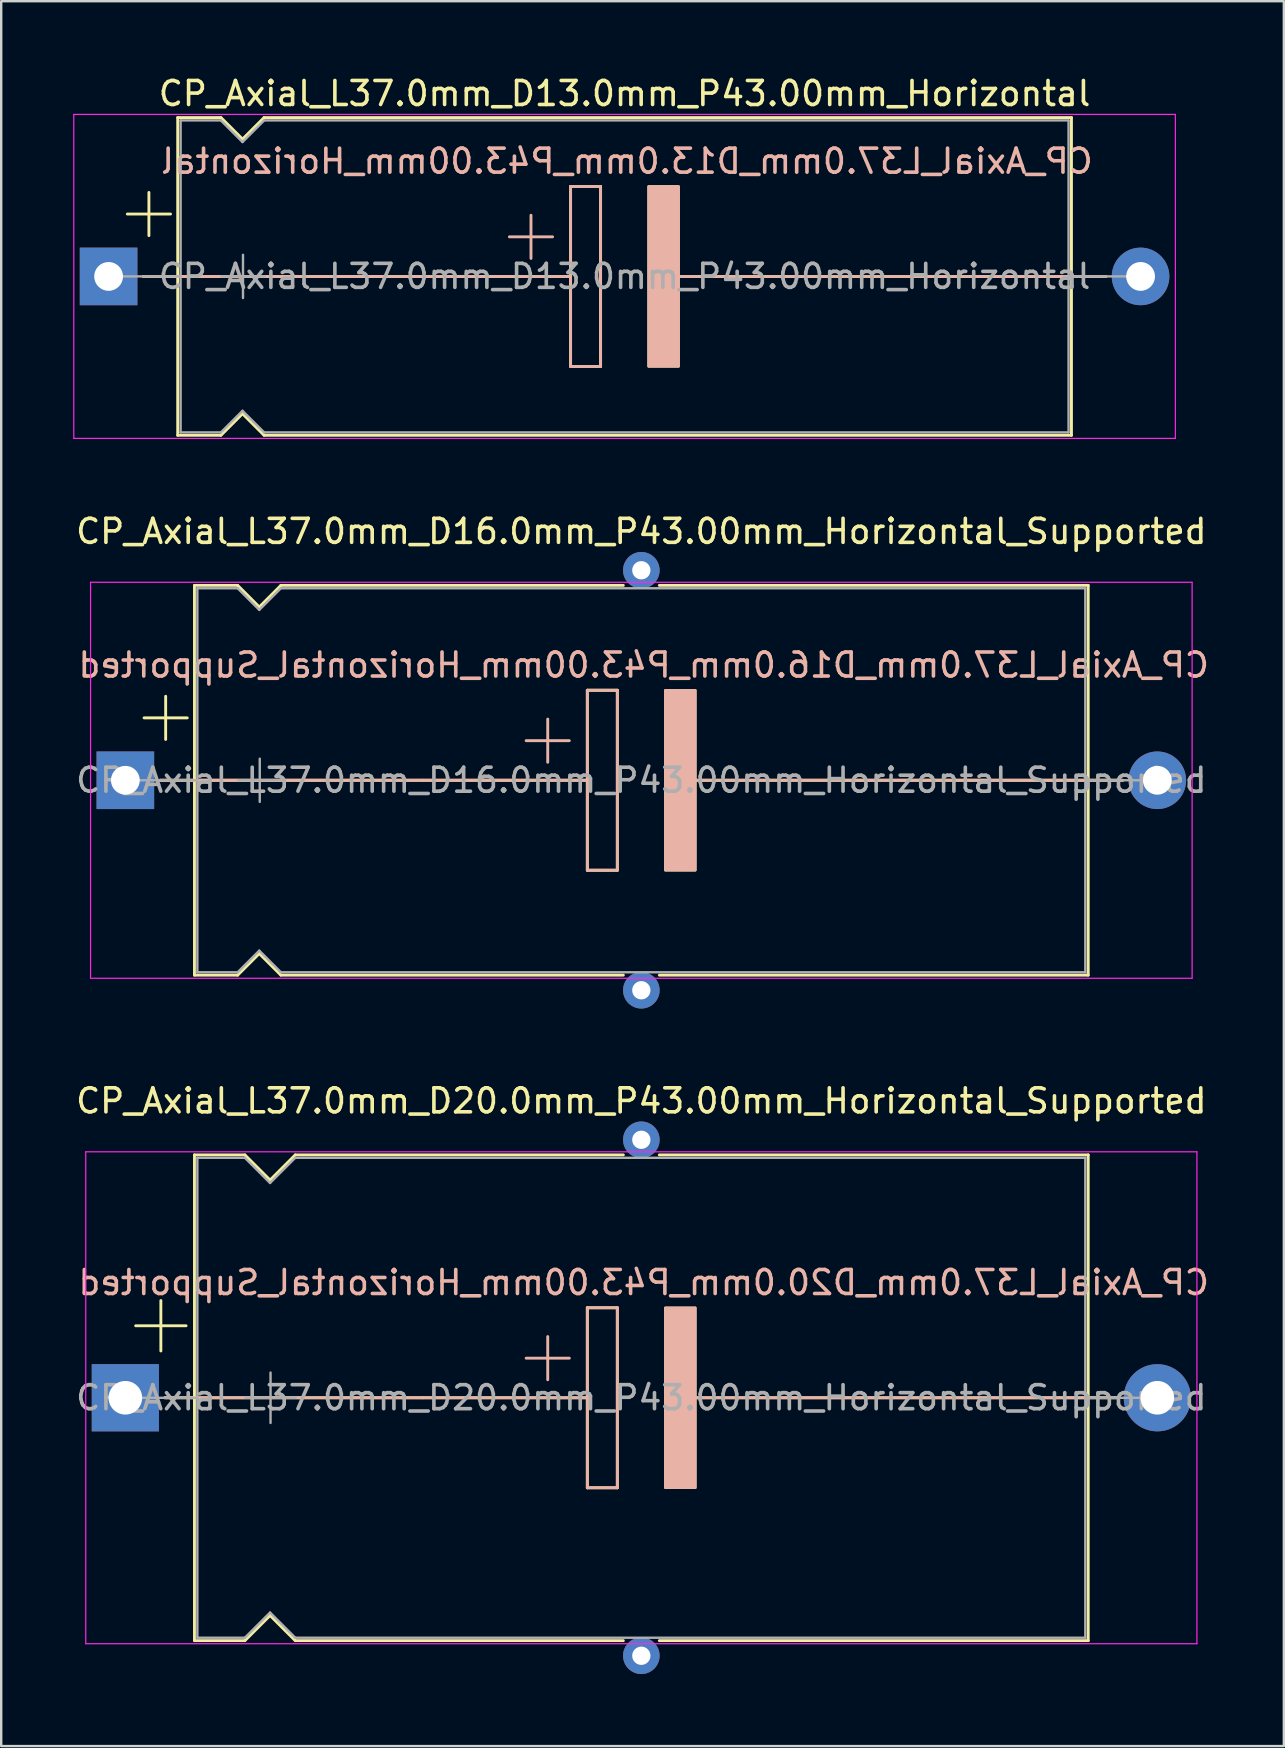
<source format=kicad_pcb>
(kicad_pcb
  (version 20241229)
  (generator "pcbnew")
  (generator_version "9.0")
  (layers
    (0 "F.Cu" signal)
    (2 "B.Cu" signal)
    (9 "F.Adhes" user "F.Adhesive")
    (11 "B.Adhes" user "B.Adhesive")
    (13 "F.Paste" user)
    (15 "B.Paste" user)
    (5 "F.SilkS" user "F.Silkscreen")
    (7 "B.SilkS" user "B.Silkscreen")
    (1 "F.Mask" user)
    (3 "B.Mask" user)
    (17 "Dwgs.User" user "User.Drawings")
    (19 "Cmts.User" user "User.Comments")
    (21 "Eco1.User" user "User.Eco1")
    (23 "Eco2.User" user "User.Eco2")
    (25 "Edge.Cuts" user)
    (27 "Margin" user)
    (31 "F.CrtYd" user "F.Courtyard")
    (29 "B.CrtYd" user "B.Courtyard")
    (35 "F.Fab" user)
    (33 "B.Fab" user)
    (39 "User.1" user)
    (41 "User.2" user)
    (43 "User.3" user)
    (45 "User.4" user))
  (footprint "CP_Axial_L37.0mm_D16.0mm_P43.00mm_Horizontal_Supported"
    (layer "F.Cu")
    (at 2.173 29.462)
    (property "Reference" "CP_Axial_L37.0mm_D16.0mm_P43.00mm_Horizontal_Supported" (at 21.5 -10.37 0) (layer "F.SilkS") (effects (font (size 1 1) (thickness 0.15))))
    (fp_line (start 0.78 -2.6) (end 2.58 -2.6) (stroke (width 0.12) (type solid)) (layer "F.SilkS"))
    (fp_line (start 1.44 0) (end 2.88 0) (stroke (width 0.12) (type solid)) (layer "F.SilkS"))
    (fp_line (start 1.68 -3.5) (end 1.68 -1.7) (stroke (width 0.12) (type solid)) (layer "F.SilkS"))
    (fp_line (start 2.88 -8.12) (end 2.88 8.12) (stroke (width 0.12) (type solid)) (layer "F.SilkS"))
    (fp_line (start 2.88 -8.12) (end 4.68 -8.12) (stroke (width 0.12) (type solid)) (layer "F.SilkS"))
    (fp_line (start 2.88 0) (end 19.25 0) (stroke (width 0.12) (type solid)) (layer "F.SilkS"))
    (fp_line (start 2.88 8.12) (end 4.68 8.12) (stroke (width 0.12) (type solid)) (layer "F.SilkS"))
    (fp_line (start 4.68 -8.12) (end 5.58 -7.22) (stroke (width 0.12) (type solid)) (layer "F.SilkS"))
    (fp_line (start 4.68 8.12) (end 5.58 7.22) (stroke (width 0.12) (type solid)) (layer "F.SilkS"))
    (fp_line (start 5.58 -7.22) (end 6.48 -8.12) (stroke (width 0.12) (type solid)) (layer "F.SilkS"))
    (fp_line (start 5.58 7.22) (end 6.48 8.12) (stroke (width 0.12) (type solid)) (layer "F.SilkS"))
    (fp_line (start 6.48 -8.12) (end 20.75 -8.12) (stroke (width 0.12) (type solid)) (layer "F.SilkS"))
    (fp_line (start 6.48 8.12) (end 20.75 8.12) (stroke (width 0.12) (type solid)) (layer "F.SilkS"))
    (fp_line (start 19.25 -3.75) (end 20.5 -3.75) (stroke (width 0.12) (type solid)) (layer "F.SilkS"))
    (fp_line (start 19.25 0) (end 19.25 -3.75) (stroke (width 0.12) (type solid)) (layer "F.SilkS"))
    (fp_line (start 19.25 3.75) (end 19.25 0) (stroke (width 0.12) (type solid)) (layer "F.SilkS"))
    (fp_line (start 20.5 -3.75) (end 20.5 3.75) (stroke (width 0.12) (type solid)) (layer "F.SilkS"))
    (fp_line (start 20.5 3.75) (end 19.25 3.75) (stroke (width 0.12) (type solid)) (layer "F.SilkS"))
    (fp_line (start 22.25 -8.12) (end 40.12 -8.12) (stroke (width 0.12) (type solid)) (layer "F.SilkS"))
    (fp_line (start 22.25 8.12) (end 40.12 8.12) (stroke (width 0.12) (type solid)) (layer "F.SilkS"))
    (fp_line (start 23.75 0) (end 40.12 0) (stroke (width 0.12) (type solid)) (layer "F.SilkS"))
    (fp_line (start 40.12 -8.12) (end 40.12 8.12) (stroke (width 0.12) (type solid)) (layer "F.SilkS"))
    (fp_line (start 41.56 0) (end 40.12 0) (stroke (width 0.12) (type solid)) (layer "F.SilkS"))
    (fp_poly (pts (xy 23.75 3.75) (xy 22.5 3.75) (xy 22.5 -3.75) (xy 23.75 -3.75)) (stroke (width 0.1) (type solid)) (fill yes) (layer "F.SilkS"))
    (fp_line (start 1.45 0) (end 12.38 0) (stroke (width 0.12) (type solid)) (layer "B.SilkS"))
    (fp_line (start 12.38 0) (end 19.25 0) (stroke (width 0.12) (type solid)) (layer "B.SilkS"))
    (fp_line (start 17.6 -2.55) (end 17.6 -0.75) (stroke (width 0.12) (type solid)) (layer "B.SilkS"))
    (fp_line (start 18.5 -1.65) (end 16.7 -1.65) (stroke (width 0.12) (type solid)) (layer "B.SilkS"))
    (fp_line (start 19.25 -3.75) (end 20.5 -3.75) (stroke (width 0.12) (type solid)) (layer "B.SilkS"))
    (fp_line (start 19.25 0) (end 19.25 -3.75) (stroke (width 0.12) (type solid)) (layer "B.SilkS"))
    (fp_line (start 19.25 3.75) (end 19.25 0) (stroke (width 0.12) (type solid)) (layer "B.SilkS"))
    (fp_line (start 20.5 -3.75) (end 20.5 3.75) (stroke (width 0.12) (type solid)) (layer "B.SilkS"))
    (fp_line (start 20.5 3.75) (end 19.25 3.75) (stroke (width 0.12) (type solid)) (layer "B.SilkS"))
    (fp_line (start 23.75 0) (end 30.62 0) (stroke (width 0.12) (type solid)) (layer "B.SilkS"))
    (fp_line (start 41.55 0) (end 30.62 0) (stroke (width 0.12) (type solid)) (layer "B.SilkS"))
    (fp_poly (pts (xy 23.75 3.75) (xy 22.5 3.75) (xy 22.5 -3.75) (xy 23.75 -3.75)) (stroke (width 0.1) (type solid)) (fill yes) (layer "B.SilkS"))
    (fp_line (start -1.45 -8.25) (end -1.45 8.25) (stroke (width 0.05) (type solid)) (layer "F.CrtYd"))
    (fp_line (start -1.45 8.25) (end 44.45 8.25) (stroke (width 0.05) (type solid)) (layer "F.CrtYd"))
    (fp_line (start 44.45 -8.25) (end -1.45 -8.25) (stroke (width 0.05) (type solid)) (layer "F.CrtYd"))
    (fp_line (start 44.45 8.25) (end 44.45 -8.25) (stroke (width 0.05) (type solid)) (layer "F.CrtYd"))
    (fp_line (start 0 0) (end 3 0) (stroke (width 0.1) (type solid)) (layer "F.Fab"))
    (fp_line (start 3 -8) (end 3 8) (stroke (width 0.1) (type solid)) (layer "F.Fab"))
    (fp_line (start 3 -8) (end 4.68 -8) (stroke (width 0.1) (type solid)) (layer "F.Fab"))
    (fp_line (start 3 8) (end 4.68 8) (stroke (width 0.1) (type solid)) (layer "F.Fab"))
    (fp_line (start 4.68 -8) (end 5.58 -7.1) (stroke (width 0.1) (type solid)) (layer "F.Fab"))
    (fp_line (start 4.68 8) (end 5.58 7.1) (stroke (width 0.1) (type solid)) (layer "F.Fab"))
    (fp_line (start 4.7 0) (end 6.5 0) (stroke (width 0.1) (type solid)) (layer "F.Fab"))
    (fp_line (start 5.58 -7.1) (end 6.48 -8) (stroke (width 0.1) (type solid)) (layer "F.Fab"))
    (fp_line (start 5.58 7.1) (end 6.48 8) (stroke (width 0.1) (type solid)) (layer "F.Fab"))
    (fp_line (start 5.6 -0.9) (end 5.6 0.9) (stroke (width 0.1) (type solid)) (layer "F.Fab"))
    (fp_line (start 6.48 -8) (end 40 -8) (stroke (width 0.1) (type solid)) (layer "F.Fab"))
    (fp_line (start 6.48 8) (end 40 8) (stroke (width 0.1) (type solid)) (layer "F.Fab"))
    (fp_line (start 40 -8) (end 40 8) (stroke (width 0.1) (type solid)) (layer "F.Fab"))
    (fp_line (start 43 0) (end 40 0) (stroke (width 0.1) (type solid)) (layer "F.Fab"))
    (fp_text user "${REFERENCE}" (at 21.6 -4.8 0) (layer "B.SilkS") (effects (font (size 1 1) (thickness 0.15)) (justify mirror)))
    (fp_text user "${REFERENCE}" (at 21.5 0 0) (layer "F.Fab") (effects (font (size 1 1) (thickness 0.15))))
    (pad "" thru_hole circle (at 21.5 -8.75) (size 1.524 1.524) (drill 0.762) (layers "*.Cu" "*.Mask"))
    (pad "" thru_hole circle (at 21.5 8.75) (size 1.524 1.524) (drill 0.762) (layers "*.Cu" "*.Mask"))
    (pad "1" thru_hole rect (at 0 0) (size 2.4 2.4) (drill 1.2) (layers "*.Cu" "*.Mask"))
    (pad "2" thru_hole oval (at 43 0) (size 2.4 2.4) (drill 1.2) (layers "*.Cu" "*.Mask")))
  (footprint "CP_Axial_L37.0mm_D20.0mm_P43.00mm_Horizontal_Supported"
    (layer "F.Cu")
    (at 2.173 55.192)
    (property "Reference" "CP_Axial_L37.0mm_D20.0mm_P43.00mm_Horizontal_Supported" (at 21.5 -12.37 0) (layer "F.SilkS") (effects (font (size 1 1) (thickness 0.15))))
    (fp_line (start 0.43 -3) (end 2.53 -3) (stroke (width 0.12) (type solid)) (layer "F.SilkS"))
    (fp_line (start 1.48 -4.05) (end 1.48 -1.95) (stroke (width 0.12) (type solid)) (layer "F.SilkS"))
    (fp_line (start 1.64 0) (end 2.88 0) (stroke (width 0.12) (type solid)) (layer "F.SilkS"))
    (fp_line (start 2.88 -10.12) (end 2.88 10.12) (stroke (width 0.12) (type solid)) (layer "F.SilkS"))
    (fp_line (start 2.88 -10.12) (end 4.98 -10.12) (stroke (width 0.12) (type solid)) (layer "F.SilkS"))
    (fp_line (start 2.88 0) (end 19.25 0) (stroke (width 0.12) (type solid)) (layer "F.SilkS"))
    (fp_line (start 2.88 10.12) (end 4.98 10.12) (stroke (width 0.12) (type solid)) (layer "F.SilkS"))
    (fp_line (start 4.98 -10.12) (end 6.03 -9.07) (stroke (width 0.12) (type solid)) (layer "F.SilkS"))
    (fp_line (start 4.98 10.12) (end 6.03 9.07) (stroke (width 0.12) (type solid)) (layer "F.SilkS"))
    (fp_line (start 6.03 -9.07) (end 7.08 -10.12) (stroke (width 0.12) (type solid)) (layer "F.SilkS"))
    (fp_line (start 6.03 9.07) (end 7.08 10.12) (stroke (width 0.12) (type solid)) (layer "F.SilkS"))
    (fp_line (start 7.08 -10.12) (end 20.75 -10.12) (stroke (width 0.12) (type solid)) (layer "F.SilkS"))
    (fp_line (start 7.08 10.12) (end 20.75 10.12) (stroke (width 0.12) (type solid)) (layer "F.SilkS"))
    (fp_line (start 19.25 -3.75) (end 20.5 -3.75) (stroke (width 0.12) (type solid)) (layer "F.SilkS"))
    (fp_line (start 19.25 0) (end 19.25 -3.75) (stroke (width 0.12) (type solid)) (layer "F.SilkS"))
    (fp_line (start 19.25 3.75) (end 19.25 0) (stroke (width 0.12) (type solid)) (layer "F.SilkS"))
    (fp_line (start 20.5 -3.75) (end 20.5 3.75) (stroke (width 0.12) (type solid)) (layer "F.SilkS"))
    (fp_line (start 20.5 3.75) (end 19.25 3.75) (stroke (width 0.12) (type solid)) (layer "F.SilkS"))
    (fp_line (start 22.25 -10.12) (end 40.12 -10.12) (stroke (width 0.12) (type solid)) (layer "F.SilkS"))
    (fp_line (start 22.25 10.12) (end 40.12 10.12) (stroke (width 0.12) (type solid)) (layer "F.SilkS"))
    (fp_line (start 23.75 0) (end 40.12 0) (stroke (width 0.12) (type solid)) (layer "F.SilkS"))
    (fp_line (start 40.12 -10.12) (end 40.12 10.12) (stroke (width 0.12) (type solid)) (layer "F.SilkS"))
    (fp_line (start 41.36 0) (end 40.12 0) (stroke (width 0.12) (type solid)) (layer "F.SilkS"))
    (fp_poly (pts (xy 23.75 3.75) (xy 22.5 3.75) (xy 22.5 -3.75) (xy 23.75 -3.75)) (stroke (width 0.1) (type solid)) (fill yes) (layer "F.SilkS"))
    (fp_line (start 1.65 0) (end 12.38 0) (stroke (width 0.12) (type solid)) (layer "B.SilkS"))
    (fp_line (start 12.38 0) (end 19.25 0) (stroke (width 0.12) (type solid)) (layer "B.SilkS"))
    (fp_line (start 17.6 -2.55) (end 17.6 -0.75) (stroke (width 0.12) (type solid)) (layer "B.SilkS"))
    (fp_line (start 18.5 -1.65) (end 16.7 -1.65) (stroke (width 0.12) (type solid)) (layer "B.SilkS"))
    (fp_line (start 19.25 -3.75) (end 20.5 -3.75) (stroke (width 0.12) (type solid)) (layer "B.SilkS"))
    (fp_line (start 19.25 0) (end 19.25 -3.75) (stroke (width 0.12) (type solid)) (layer "B.SilkS"))
    (fp_line (start 19.25 3.75) (end 19.25 0) (stroke (width 0.12) (type solid)) (layer "B.SilkS"))
    (fp_line (start 20.5 -3.75) (end 20.5 3.75) (stroke (width 0.12) (type solid)) (layer "B.SilkS"))
    (fp_line (start 20.5 3.75) (end 19.25 3.75) (stroke (width 0.12) (type solid)) (layer "B.SilkS"))
    (fp_line (start 23.75 0) (end 30.62 0) (stroke (width 0.12) (type solid)) (layer "B.SilkS"))
    (fp_line (start 41.35 0) (end 30.62 0) (stroke (width 0.12) (type solid)) (layer "B.SilkS"))
    (fp_poly (pts (xy 23.75 3.75) (xy 22.5 3.75) (xy 22.5 -3.75) (xy 23.75 -3.75)) (stroke (width 0.1) (type solid)) (fill yes) (layer "B.SilkS"))
    (fp_line (start -1.65 -10.25) (end -1.65 10.25) (stroke (width 0.05) (type solid)) (layer "F.CrtYd"))
    (fp_line (start -1.65 10.25) (end 44.65 10.25) (stroke (width 0.05) (type solid)) (layer "F.CrtYd"))
    (fp_line (start 44.65 -10.25) (end -1.65 -10.25) (stroke (width 0.05) (type solid)) (layer "F.CrtYd"))
    (fp_line (start 44.65 10.25) (end 44.65 -10.25) (stroke (width 0.05) (type solid)) (layer "F.CrtYd"))
    (fp_line (start 0 0) (end 3 0) (stroke (width 0.1) (type solid)) (layer "F.Fab"))
    (fp_line (start 3 -10) (end 3 10) (stroke (width 0.1) (type solid)) (layer "F.Fab"))
    (fp_line (start 3 -10) (end 4.98 -10) (stroke (width 0.1) (type solid)) (layer "F.Fab"))
    (fp_line (start 3 10) (end 4.98 10) (stroke (width 0.1) (type solid)) (layer "F.Fab"))
    (fp_line (start 4.98 -10) (end 6.03 -8.95) (stroke (width 0.1) (type solid)) (layer "F.Fab"))
    (fp_line (start 4.98 10) (end 6.03 8.95) (stroke (width 0.1) (type solid)) (layer "F.Fab"))
    (fp_line (start 5 0) (end 7.1 0) (stroke (width 0.1) (type solid)) (layer "F.Fab"))
    (fp_line (start 6.03 -8.95) (end 7.08 -10) (stroke (width 0.1) (type solid)) (layer "F.Fab"))
    (fp_line (start 6.03 8.95) (end 7.08 10) (stroke (width 0.1) (type solid)) (layer "F.Fab"))
    (fp_line (start 6.05 -1.05) (end 6.05 1.05) (stroke (width 0.1) (type solid)) (layer "F.Fab"))
    (fp_line (start 7.08 -10) (end 40 -10) (stroke (width 0.1) (type solid)) (layer "F.Fab"))
    (fp_line (start 7.08 10) (end 40 10) (stroke (width 0.1) (type solid)) (layer "F.Fab"))
    (fp_line (start 40 -10) (end 40 10) (stroke (width 0.1) (type solid)) (layer "F.Fab"))
    (fp_line (start 43 0) (end 40 0) (stroke (width 0.1) (type solid)) (layer "F.Fab"))
    (fp_text user "${REFERENCE}" (at 21.6 -4.8 0) (layer "B.SilkS") (effects (font (size 1 1) (thickness 0.15)) (justify mirror)))
    (fp_text user "${REFERENCE}" (at 21.5 0 0) (layer "F.Fab") (effects (font (size 1 1) (thickness 0.15))))
    (pad "" thru_hole circle (at 21.5 -10.75) (size 1.524 1.524) (drill 0.762) (layers "*.Cu" "*.Mask"))
    (pad "" thru_hole circle (at 21.5 10.75) (size 1.524 1.524) (drill 0.762) (layers "*.Cu" "*.Mask"))
    (pad "1" thru_hole rect (at 0 0) (size 2.8 2.8) (drill 1.4) (layers "*.Cu" "*.Mask"))
    (pad "2" thru_hole oval (at 43 0) (size 2.8 2.8) (drill 1.4) (layers "*.Cu" "*.Mask")))
  (footprint "CP_Axial_L37.0mm_D13.0mm_P43.00mm_Horizontal"
    (layer "F.Cu")
    (at 1.475 8.468)
    (property "Reference" "CP_Axial_L37.0mm_D13.0mm_P43.00mm_Horizontal" (at 21.5 -7.62 0) (layer "F.SilkS") (effects (font (size 1 1) (thickness 0.15))))
    (fp_line (start 0.78 -2.6) (end 2.58 -2.6) (stroke (width 0.12) (type solid)) (layer "F.SilkS"))
    (fp_line (start 1.44 0) (end 2.88 0) (stroke (width 0.12) (type solid)) (layer "F.SilkS"))
    (fp_line (start 1.68 -3.5) (end 1.68 -1.7) (stroke (width 0.12) (type solid)) (layer "F.SilkS"))
    (fp_line (start 2.88 -6.62) (end 2.88 6.62) (stroke (width 0.12) (type solid)) (layer "F.SilkS"))
    (fp_line (start 2.88 -6.62) (end 4.68 -6.62) (stroke (width 0.12) (type solid)) (layer "F.SilkS"))
    (fp_line (start 2.88 0) (end 19.25 0) (stroke (width 0.12) (type solid)) (layer "F.SilkS"))
    (fp_line (start 2.88 6.62) (end 4.68 6.62) (stroke (width 0.12) (type solid)) (layer "F.SilkS"))
    (fp_line (start 4.68 -6.62) (end 5.58 -5.72) (stroke (width 0.12) (type solid)) (layer "F.SilkS"))
    (fp_line (start 4.68 6.62) (end 5.58 5.72) (stroke (width 0.12) (type solid)) (layer "F.SilkS"))
    (fp_line (start 5.58 -5.72) (end 6.48 -6.62) (stroke (width 0.12) (type solid)) (layer "F.SilkS"))
    (fp_line (start 5.58 5.72) (end 6.48 6.62) (stroke (width 0.12) (type solid)) (layer "F.SilkS"))
    (fp_line (start 6.48 -6.62) (end 40.12 -6.62) (stroke (width 0.12) (type solid)) (layer "F.SilkS"))
    (fp_line (start 6.48 6.62) (end 40.12 6.62) (stroke (width 0.12) (type solid)) (layer "F.SilkS"))
    (fp_line (start 19.25 -3.75) (end 20.5 -3.75) (stroke (width 0.12) (type solid)) (layer "F.SilkS"))
    (fp_line (start 19.25 0) (end 19.25 -3.75) (stroke (width 0.12) (type solid)) (layer "F.SilkS"))
    (fp_line (start 19.25 3.75) (end 19.25 0) (stroke (width 0.12) (type solid)) (layer "F.SilkS"))
    (fp_line (start 20.5 -3.75) (end 20.5 3.75) (stroke (width 0.12) (type solid)) (layer "F.SilkS"))
    (fp_line (start 20.5 3.75) (end 19.25 3.75) (stroke (width 0.12) (type solid)) (layer "F.SilkS"))
    (fp_line (start 23.75 0) (end 40.12 0) (stroke (width 0.12) (type solid)) (layer "F.SilkS"))
    (fp_line (start 40.12 -6.62) (end 40.12 6.62) (stroke (width 0.12) (type solid)) (layer "F.SilkS"))
    (fp_line (start 41.56 0) (end 40.12 0) (stroke (width 0.12) (type solid)) (layer "F.SilkS"))
    (fp_poly (pts (xy 23.75 3.75) (xy 22.5 3.75) (xy 22.5 -3.75) (xy 23.75 -3.75)) (stroke (width 0.1) (type solid)) (fill yes) (layer "F.SilkS"))
    (fp_line (start 1.45 0) (end 12.38 0) (stroke (width 0.12) (type solid)) (layer "B.SilkS"))
    (fp_line (start 12.38 0) (end 19.25 0) (stroke (width 0.12) (type solid)) (layer "B.SilkS"))
    (fp_line (start 17.6 -2.55) (end 17.6 -0.75) (stroke (width 0.12) (type solid)) (layer "B.SilkS"))
    (fp_line (start 18.5 -1.65) (end 16.7 -1.65) (stroke (width 0.12) (type solid)) (layer "B.SilkS"))
    (fp_line (start 19.25 -3.75) (end 20.5 -3.75) (stroke (width 0.12) (type solid)) (layer "B.SilkS"))
    (fp_line (start 19.25 0) (end 19.25 -3.75) (stroke (width 0.12) (type solid)) (layer "B.SilkS"))
    (fp_line (start 19.25 3.75) (end 19.25 0) (stroke (width 0.12) (type solid)) (layer "B.SilkS"))
    (fp_line (start 20.5 -3.75) (end 20.5 3.75) (stroke (width 0.12) (type solid)) (layer "B.SilkS"))
    (fp_line (start 20.5 3.75) (end 19.25 3.75) (stroke (width 0.12) (type solid)) (layer "B.SilkS"))
    (fp_line (start 23.75 0) (end 30.62 0) (stroke (width 0.12) (type solid)) (layer "B.SilkS"))
    (fp_line (start 41.55 0) (end 30.62 0) (stroke (width 0.12) (type solid)) (layer "B.SilkS"))
    (fp_poly (pts (xy 23.75 3.75) (xy 22.5 3.75) (xy 22.5 -3.75) (xy 23.75 -3.75)) (stroke (width 0.1) (type solid)) (fill yes) (layer "B.SilkS"))
    (fp_line (start -1.45 -6.75) (end -1.45 6.75) (stroke (width 0.05) (type solid)) (layer "F.CrtYd"))
    (fp_line (start -1.45 6.75) (end 44.45 6.75) (stroke (width 0.05) (type solid)) (layer "F.CrtYd"))
    (fp_line (start 44.45 -6.75) (end -1.45 -6.75) (stroke (width 0.05) (type solid)) (layer "F.CrtYd"))
    (fp_line (start 44.45 6.75) (end 44.45 -6.75) (stroke (width 0.05) (type solid)) (layer "F.CrtYd"))
    (fp_line (start 0 0) (end 3 0) (stroke (width 0.1) (type solid)) (layer "F.Fab"))
    (fp_line (start 3 -6.5) (end 3 6.5) (stroke (width 0.1) (type solid)) (layer "F.Fab"))
    (fp_line (start 3 -6.5) (end 4.68 -6.5) (stroke (width 0.1) (type solid)) (layer "F.Fab"))
    (fp_line (start 3 6.5) (end 4.68 6.5) (stroke (width 0.1) (type solid)) (layer "F.Fab"))
    (fp_line (start 4.68 -6.5) (end 5.58 -5.6) (stroke (width 0.1) (type solid)) (layer "F.Fab"))
    (fp_line (start 4.68 6.5) (end 5.58 5.6) (stroke (width 0.1) (type solid)) (layer "F.Fab"))
    (fp_line (start 4.7 0) (end 6.5 0) (stroke (width 0.1) (type solid)) (layer "F.Fab"))
    (fp_line (start 5.58 -5.6) (end 6.48 -6.5) (stroke (width 0.1) (type solid)) (layer "F.Fab"))
    (fp_line (start 5.58 5.6) (end 6.48 6.5) (stroke (width 0.1) (type solid)) (layer "F.Fab"))
    (fp_line (start 5.6 -0.9) (end 5.6 0.9) (stroke (width 0.1) (type solid)) (layer "F.Fab"))
    (fp_line (start 6.48 -6.5) (end 40 -6.5) (stroke (width 0.1) (type solid)) (layer "F.Fab"))
    (fp_line (start 6.48 6.5) (end 40 6.5) (stroke (width 0.1) (type solid)) (layer "F.Fab"))
    (fp_line (start 40 -6.5) (end 40 6.5) (stroke (width 0.1) (type solid)) (layer "F.Fab"))
    (fp_line (start 43 0) (end 40 0) (stroke (width 0.1) (type solid)) (layer "F.Fab"))
    (fp_text user "${REFERENCE}" (at 21.6 -4.8 0) (layer "B.SilkS") (effects (font (size 1 1) (thickness 0.15)) (justify mirror)))
    (fp_text user "${REFERENCE}" (at 21.5 0 0) (layer "F.Fab") (effects (font (size 1 1) (thickness 0.15))))
    (pad "1" thru_hole rect (at 0 0) (size 2.4 2.4) (drill 1.2) (layers "*.Cu" "*.Mask"))
    (pad "2" thru_hole oval (at 43 0) (size 2.4 2.4) (drill 1.2) (layers "*.Cu" "*.Mask")))
  (gr_rect
    (start -3 -3)
    (end 50.445 69.704)
    (stroke (width 0.1) (type default))
    (fill no)
    (layer "Edge.Cuts")))
</source>
